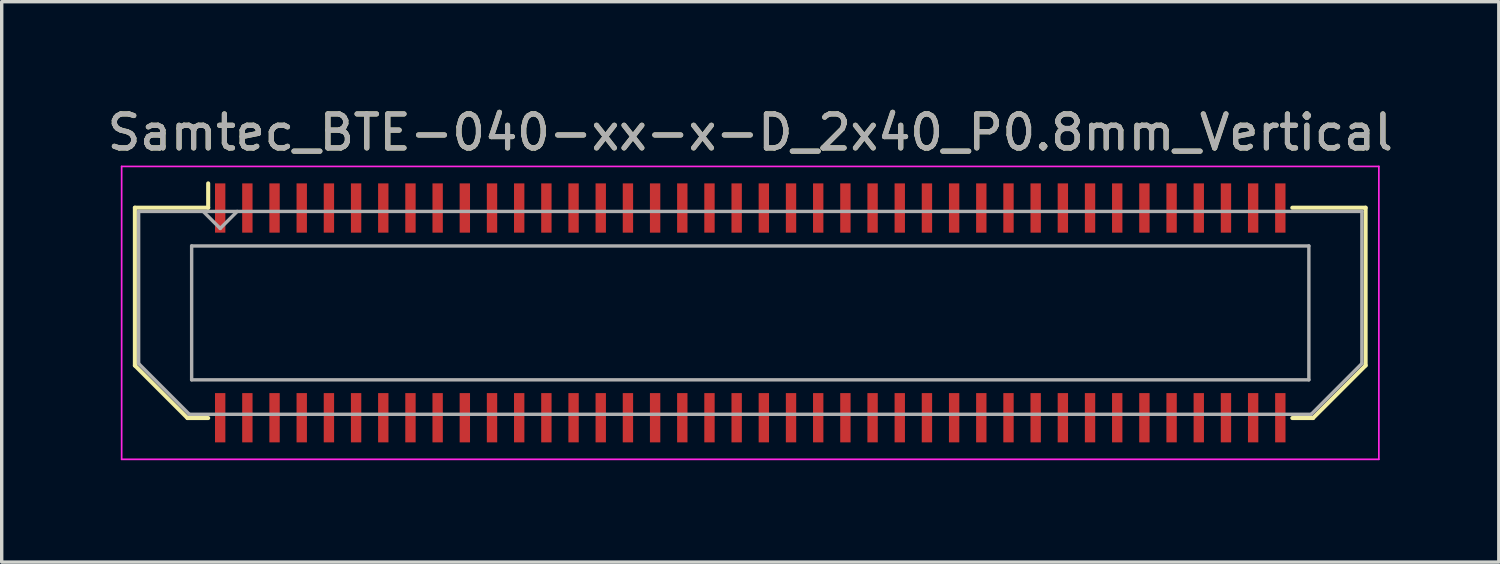
<source format=kicad_pcb>
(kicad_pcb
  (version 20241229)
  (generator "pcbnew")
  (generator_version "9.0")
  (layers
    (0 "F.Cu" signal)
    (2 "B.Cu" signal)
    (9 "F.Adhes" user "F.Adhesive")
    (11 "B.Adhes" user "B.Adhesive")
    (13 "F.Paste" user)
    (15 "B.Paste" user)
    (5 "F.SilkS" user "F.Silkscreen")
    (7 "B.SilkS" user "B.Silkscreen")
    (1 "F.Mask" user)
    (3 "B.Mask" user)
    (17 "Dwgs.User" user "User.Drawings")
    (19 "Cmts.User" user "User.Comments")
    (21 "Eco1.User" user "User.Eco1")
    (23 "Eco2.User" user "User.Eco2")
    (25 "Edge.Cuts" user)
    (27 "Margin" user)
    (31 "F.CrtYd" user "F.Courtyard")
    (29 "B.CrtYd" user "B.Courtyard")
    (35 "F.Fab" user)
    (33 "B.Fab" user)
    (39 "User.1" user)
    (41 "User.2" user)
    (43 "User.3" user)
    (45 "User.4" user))
  (footprint "Samtec_BTE-040-xx-x-D_2x40_P0.8mm_Vertical"
    (layer "F.Cu")
    (at 19.03 6.158)
    (property "Reference" "Samtec_BTE-040-xx-x-D_2x40_P0.8mm_Vertical" (at 0 -5.31 0) (layer "F.SilkS") (effects (font (size 1 1) (thickness 0.15))))
    (attr smd)
    (fp_line (start -18.11 -3.095) (end -18.11 1.548) (stroke (width 0.12) (type solid)) (layer "F.SilkS"))
    (fp_line (start -18.11 1.548) (end -16.562 3.095) (stroke (width 0.12) (type solid)) (layer "F.SilkS"))
    (fp_line (start -16.562 3.095) (end -15.953 3.095) (stroke (width 0.12) (type solid)) (layer "F.SilkS"))
    (fp_line (start -15.953 -3.811) (end -15.953 -3.095) (stroke (width 0.12) (type solid)) (layer "F.SilkS"))
    (fp_line (start -15.953 -3.095) (end -18.11 -3.095) (stroke (width 0.12) (type solid)) (layer "F.SilkS"))
    (fp_line (start 15.953 -3.095) (end 18.11 -3.095) (stroke (width 0.12) (type solid)) (layer "F.SilkS"))
    (fp_line (start 16.562 3.095) (end 15.953 3.095) (stroke (width 0.12) (type solid)) (layer "F.SilkS"))
    (fp_line (start 18.11 -3.095) (end 18.11 1.548) (stroke (width 0.12) (type solid)) (layer "F.SilkS"))
    (fp_line (start 18.11 1.548) (end 16.562 3.095) (stroke (width 0.12) (type solid)) (layer "F.SilkS"))
    (fp_line (start -18.5 -4.31) (end -18.5 4.31) (stroke (width 0.05) (type solid)) (layer "F.CrtYd"))
    (fp_line (start -18.5 4.31) (end 18.5 4.31) (stroke (width 0.05) (type solid)) (layer "F.CrtYd"))
    (fp_line (start 18.5 -4.31) (end -18.5 -4.31) (stroke (width 0.05) (type solid)) (layer "F.CrtYd"))
    (fp_line (start 18.5 4.31) (end 18.5 -4.31) (stroke (width 0.05) (type solid)) (layer "F.CrtYd"))
    (fp_line (start -18 -2.985) (end -18 1.492) (stroke (width 0.1) (type solid)) (layer "F.Fab"))
    (fp_line (start -18 -2.985) (end 18 -2.985) (stroke (width 0.1) (type solid)) (layer "F.Fab"))
    (fp_line (start -18 1.492) (end -16.508 2.985) (stroke (width 0.1) (type solid)) (layer "F.Fab"))
    (fp_line (start -16.508 2.985) (end 16.508 2.985) (stroke (width 0.1) (type solid)) (layer "F.Fab"))
    (fp_line (start -16.44 -1.97) (end -16.44 1.97) (stroke (width 0.1) (type solid)) (layer "F.Fab"))
    (fp_line (start -16.44 1.97) (end 16.44 1.97) (stroke (width 0.1) (type solid)) (layer "F.Fab"))
    (fp_line (start -15.6 -2.485) (end -16.1 -2.985) (stroke (width 0.1) (type solid)) (layer "F.Fab"))
    (fp_line (start -15.1 -2.985) (end -15.6 -2.485) (stroke (width 0.1) (type solid)) (layer "F.Fab"))
    (fp_line (start 16.44 -1.97) (end -16.44 -1.97) (stroke (width 0.1) (type solid)) (layer "F.Fab"))
    (fp_line (start 16.44 1.97) (end 16.44 -1.97) (stroke (width 0.1) (type solid)) (layer "F.Fab"))
    (fp_line (start 18 -2.985) (end 18 1.492) (stroke (width 0.1) (type solid)) (layer "F.Fab"))
    (fp_line (start 18 1.492) (end 16.508 2.985) (stroke (width 0.1) (type solid)) (layer "F.Fab"))
    (fp_text user "${REFERENCE}" (at 0 -5.31 0) (layer "F.Fab") (effects (font (size 1 1) (thickness 0.15))))
    (pad "1" smd rect (at -15.6 -3.086) (size 0.305 1.45) (layers "F.Cu" "F.Mask" "F.Paste"))
    (pad "2" smd rect (at -15.6 3.086) (size 0.305 1.45) (layers "F.Cu" "F.Mask" "F.Paste"))
    (pad "3" smd rect (at -14.8 -3.086) (size 0.305 1.45) (layers "F.Cu" "F.Mask" "F.Paste"))
    (pad "4" smd rect (at -14.8 3.086) (size 0.305 1.45) (layers "F.Cu" "F.Mask" "F.Paste"))
    (pad "5" smd rect (at -14 -3.086) (size 0.305 1.45) (layers "F.Cu" "F.Mask" "F.Paste"))
    (pad "6" smd rect (at -14 3.086) (size 0.305 1.45) (layers "F.Cu" "F.Mask" "F.Paste"))
    (pad "7" smd rect (at -13.2 -3.086) (size 0.305 1.45) (layers "F.Cu" "F.Mask" "F.Paste"))
    (pad "8" smd rect (at -13.2 3.086) (size 0.305 1.45) (layers "F.Cu" "F.Mask" "F.Paste"))
    (pad "9" smd rect (at -12.4 -3.086) (size 0.305 1.45) (layers "F.Cu" "F.Mask" "F.Paste"))
    (pad "10" smd rect (at -12.4 3.086) (size 0.305 1.45) (layers "F.Cu" "F.Mask" "F.Paste"))
    (pad "11" smd rect (at -11.6 -3.086) (size 0.305 1.45) (layers "F.Cu" "F.Mask" "F.Paste"))
    (pad "12" smd rect (at -11.6 3.086) (size 0.305 1.45) (layers "F.Cu" "F.Mask" "F.Paste"))
    (pad "13" smd rect (at -10.8 -3.086) (size 0.305 1.45) (layers "F.Cu" "F.Mask" "F.Paste"))
    (pad "14" smd rect (at -10.8 3.086) (size 0.305 1.45) (layers "F.Cu" "F.Mask" "F.Paste"))
    (pad "15" smd rect (at -10 -3.086) (size 0.305 1.45) (layers "F.Cu" "F.Mask" "F.Paste"))
    (pad "16" smd rect (at -10 3.086) (size 0.305 1.45) (layers "F.Cu" "F.Mask" "F.Paste"))
    (pad "17" smd rect (at -9.2 -3.086) (size 0.305 1.45) (layers "F.Cu" "F.Mask" "F.Paste"))
    (pad "18" smd rect (at -9.2 3.086) (size 0.305 1.45) (layers "F.Cu" "F.Mask" "F.Paste"))
    (pad "19" smd rect (at -8.4 -3.086) (size 0.305 1.45) (layers "F.Cu" "F.Mask" "F.Paste"))
    (pad "20" smd rect (at -8.4 3.086) (size 0.305 1.45) (layers "F.Cu" "F.Mask" "F.Paste"))
    (pad "21" smd rect (at -7.6 -3.086) (size 0.305 1.45) (layers "F.Cu" "F.Mask" "F.Paste"))
    (pad "22" smd rect (at -7.6 3.086) (size 0.305 1.45) (layers "F.Cu" "F.Mask" "F.Paste"))
    (pad "23" smd rect (at -6.8 -3.086) (size 0.305 1.45) (layers "F.Cu" "F.Mask" "F.Paste"))
    (pad "24" smd rect (at -6.8 3.086) (size 0.305 1.45) (layers "F.Cu" "F.Mask" "F.Paste"))
    (pad "25" smd rect (at -6 -3.086) (size 0.305 1.45) (layers "F.Cu" "F.Mask" "F.Paste"))
    (pad "26" smd rect (at -6 3.086) (size 0.305 1.45) (layers "F.Cu" "F.Mask" "F.Paste"))
    (pad "27" smd rect (at -5.2 -3.086) (size 0.305 1.45) (layers "F.Cu" "F.Mask" "F.Paste"))
    (pad "28" smd rect (at -5.2 3.086) (size 0.305 1.45) (layers "F.Cu" "F.Mask" "F.Paste"))
    (pad "29" smd rect (at -4.4 -3.086) (size 0.305 1.45) (layers "F.Cu" "F.Mask" "F.Paste"))
    (pad "30" smd rect (at -4.4 3.086) (size 0.305 1.45) (layers "F.Cu" "F.Mask" "F.Paste"))
    (pad "31" smd rect (at -3.6 -3.086) (size 0.305 1.45) (layers "F.Cu" "F.Mask" "F.Paste"))
    (pad "32" smd rect (at -3.6 3.086) (size 0.305 1.45) (layers "F.Cu" "F.Mask" "F.Paste"))
    (pad "33" smd rect (at -2.8 -3.086) (size 0.305 1.45) (layers "F.Cu" "F.Mask" "F.Paste"))
    (pad "34" smd rect (at -2.8 3.086) (size 0.305 1.45) (layers "F.Cu" "F.Mask" "F.Paste"))
    (pad "35" smd rect (at -2 -3.086) (size 0.305 1.45) (layers "F.Cu" "F.Mask" "F.Paste"))
    (pad "36" smd rect (at -2 3.086) (size 0.305 1.45) (layers "F.Cu" "F.Mask" "F.Paste"))
    (pad "37" smd rect (at -1.2 -3.086) (size 0.305 1.45) (layers "F.Cu" "F.Mask" "F.Paste"))
    (pad "38" smd rect (at -1.2 3.086) (size 0.305 1.45) (layers "F.Cu" "F.Mask" "F.Paste"))
    (pad "39" smd rect (at -0.4 -3.086) (size 0.305 1.45) (layers "F.Cu" "F.Mask" "F.Paste"))
    (pad "40" smd rect (at -0.4 3.086) (size 0.305 1.45) (layers "F.Cu" "F.Mask" "F.Paste"))
    (pad "41" smd rect (at 0.4 -3.086) (size 0.305 1.45) (layers "F.Cu" "F.Mask" "F.Paste"))
    (pad "42" smd rect (at 0.4 3.086) (size 0.305 1.45) (layers "F.Cu" "F.Mask" "F.Paste"))
    (pad "43" smd rect (at 1.2 -3.086) (size 0.305 1.45) (layers "F.Cu" "F.Mask" "F.Paste"))
    (pad "44" smd rect (at 1.2 3.086) (size 0.305 1.45) (layers "F.Cu" "F.Mask" "F.Paste"))
    (pad "45" smd rect (at 2 -3.086) (size 0.305 1.45) (layers "F.Cu" "F.Mask" "F.Paste"))
    (pad "46" smd rect (at 2 3.086) (size 0.305 1.45) (layers "F.Cu" "F.Mask" "F.Paste"))
    (pad "47" smd rect (at 2.8 -3.086) (size 0.305 1.45) (layers "F.Cu" "F.Mask" "F.Paste"))
    (pad "48" smd rect (at 2.8 3.086) (size 0.305 1.45) (layers "F.Cu" "F.Mask" "F.Paste"))
    (pad "49" smd rect (at 3.6 -3.086) (size 0.305 1.45) (layers "F.Cu" "F.Mask" "F.Paste"))
    (pad "50" smd rect (at 3.6 3.086) (size 0.305 1.45) (layers "F.Cu" "F.Mask" "F.Paste"))
    (pad "51" smd rect (at 4.4 -3.086) (size 0.305 1.45) (layers "F.Cu" "F.Mask" "F.Paste"))
    (pad "52" smd rect (at 4.4 3.086) (size 0.305 1.45) (layers "F.Cu" "F.Mask" "F.Paste"))
    (pad "53" smd rect (at 5.2 -3.086) (size 0.305 1.45) (layers "F.Cu" "F.Mask" "F.Paste"))
    (pad "54" smd rect (at 5.2 3.086) (size 0.305 1.45) (layers "F.Cu" "F.Mask" "F.Paste"))
    (pad "55" smd rect (at 6 -3.086) (size 0.305 1.45) (layers "F.Cu" "F.Mask" "F.Paste"))
    (pad "56" smd rect (at 6 3.086) (size 0.305 1.45) (layers "F.Cu" "F.Mask" "F.Paste"))
    (pad "57" smd rect (at 6.8 -3.086) (size 0.305 1.45) (layers "F.Cu" "F.Mask" "F.Paste"))
    (pad "58" smd rect (at 6.8 3.086) (size 0.305 1.45) (layers "F.Cu" "F.Mask" "F.Paste"))
    (pad "59" smd rect (at 7.6 -3.086) (size 0.305 1.45) (layers "F.Cu" "F.Mask" "F.Paste"))
    (pad "60" smd rect (at 7.6 3.086) (size 0.305 1.45) (layers "F.Cu" "F.Mask" "F.Paste"))
    (pad "61" smd rect (at 8.4 -3.086) (size 0.305 1.45) (layers "F.Cu" "F.Mask" "F.Paste"))
    (pad "62" smd rect (at 8.4 3.086) (size 0.305 1.45) (layers "F.Cu" "F.Mask" "F.Paste"))
    (pad "63" smd rect (at 9.2 -3.086) (size 0.305 1.45) (layers "F.Cu" "F.Mask" "F.Paste"))
    (pad "64" smd rect (at 9.2 3.086) (size 0.305 1.45) (layers "F.Cu" "F.Mask" "F.Paste"))
    (pad "65" smd rect (at 10 -3.086) (size 0.305 1.45) (layers "F.Cu" "F.Mask" "F.Paste"))
    (pad "66" smd rect (at 10 3.086) (size 0.305 1.45) (layers "F.Cu" "F.Mask" "F.Paste"))
    (pad "67" smd rect (at 10.8 -3.086) (size 0.305 1.45) (layers "F.Cu" "F.Mask" "F.Paste"))
    (pad "68" smd rect (at 10.8 3.086) (size 0.305 1.45) (layers "F.Cu" "F.Mask" "F.Paste"))
    (pad "69" smd rect (at 11.6 -3.086) (size 0.305 1.45) (layers "F.Cu" "F.Mask" "F.Paste"))
    (pad "70" smd rect (at 11.6 3.086) (size 0.305 1.45) (layers "F.Cu" "F.Mask" "F.Paste"))
    (pad "71" smd rect (at 12.4 -3.086) (size 0.305 1.45) (layers "F.Cu" "F.Mask" "F.Paste"))
    (pad "72" smd rect (at 12.4 3.086) (size 0.305 1.45) (layers "F.Cu" "F.Mask" "F.Paste"))
    (pad "73" smd rect (at 13.2 -3.086) (size 0.305 1.45) (layers "F.Cu" "F.Mask" "F.Paste"))
    (pad "74" smd rect (at 13.2 3.086) (size 0.305 1.45) (layers "F.Cu" "F.Mask" "F.Paste"))
    (pad "75" smd rect (at 14 -3.086) (size 0.305 1.45) (layers "F.Cu" "F.Mask" "F.Paste"))
    (pad "76" smd rect (at 14 3.086) (size 0.305 1.45) (layers "F.Cu" "F.Mask" "F.Paste"))
    (pad "77" smd rect (at 14.8 -3.086) (size 0.305 1.45) (layers "F.Cu" "F.Mask" "F.Paste"))
    (pad "78" smd rect (at 14.8 3.086) (size 0.305 1.45) (layers "F.Cu" "F.Mask" "F.Paste"))
    (pad "79" smd rect (at 15.6 -3.086) (size 0.305 1.45) (layers "F.Cu" "F.Mask" "F.Paste"))
    (pad "80" smd rect (at 15.6 3.086) (size 0.305 1.45) (layers "F.Cu" "F.Mask" "F.Paste")))
  (gr_rect
    (start -3 -3)
    (end 41.06 13.493)
    (stroke (width 0.1) (type default))
    (fill no)
    (layer "Edge.Cuts")))
</source>
